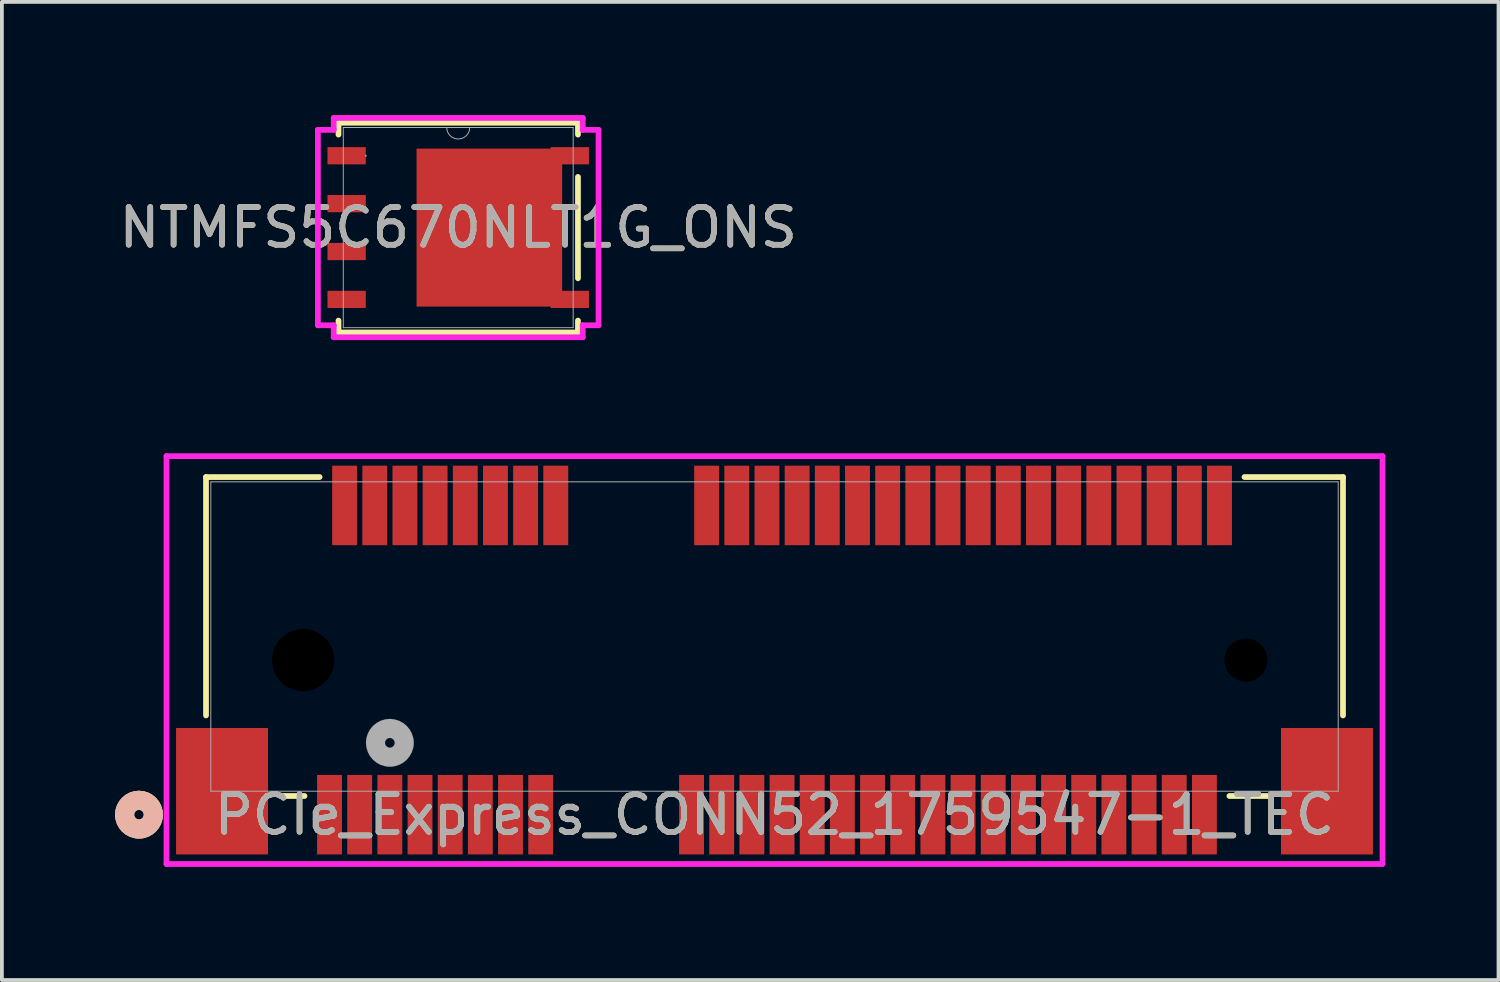
<source format=kicad_pcb>
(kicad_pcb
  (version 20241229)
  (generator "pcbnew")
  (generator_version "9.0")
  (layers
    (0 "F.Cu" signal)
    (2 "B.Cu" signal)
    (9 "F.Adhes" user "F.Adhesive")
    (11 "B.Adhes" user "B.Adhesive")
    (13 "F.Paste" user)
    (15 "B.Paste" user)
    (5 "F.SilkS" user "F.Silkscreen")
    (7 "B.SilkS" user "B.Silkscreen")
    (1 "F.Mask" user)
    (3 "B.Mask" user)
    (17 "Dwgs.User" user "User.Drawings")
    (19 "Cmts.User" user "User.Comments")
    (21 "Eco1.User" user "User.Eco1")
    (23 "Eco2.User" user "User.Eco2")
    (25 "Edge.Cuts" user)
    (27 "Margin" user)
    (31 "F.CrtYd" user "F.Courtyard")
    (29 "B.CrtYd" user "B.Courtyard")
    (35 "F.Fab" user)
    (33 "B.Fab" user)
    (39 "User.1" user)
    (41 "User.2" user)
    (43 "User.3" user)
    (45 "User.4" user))
  (footprint "NTMFS5C670NLT1G_ONS"
    (layer "F.Cu")
    (at 9.101 2.985)
    (property "Reference" "NTMFS5C670NLT1G_ONS" (at 0 0 0) (unlocked yes) (layer "F.SilkS") (effects (font (size 1 1) (thickness 0.15))))
    (attr smd)
    (fp_poly (pts (xy 2.756 -2.095) (xy -1.105 -2.095) (xy -1.105 2.095) (xy 2.756 2.095)) (stroke (width 0) (type solid)) (fill yes) (layer "F.Cu"))
    (fp_poly (pts (xy 2.756 -2.095) (xy -1.105 -2.095) (xy -1.105 2.095) (xy 2.756 2.095)) (stroke (width 0) (type solid)) (fill yes) (layer "F.Mask"))
    (fp_line (start -3.175 -2.781) (end -3.175 -2.466) (stroke (width 0.152) (type solid)) (layer "F.SilkS"))
    (fp_line (start -3.175 2.466) (end -3.175 2.781) (stroke (width 0.152) (type solid)) (layer "F.SilkS"))
    (fp_line (start -3.175 2.781) (end 3.175 2.781) (stroke (width 0.152) (type solid)) (layer "F.SilkS"))
    (fp_line (start 3.175 -2.781) (end -3.175 -2.781) (stroke (width 0.152) (type solid)) (layer "F.SilkS"))
    (fp_line (start 3.175 -2.466) (end 3.175 -2.781) (stroke (width 0.152) (type solid)) (layer "F.SilkS"))
    (fp_line (start 3.175 1.344) (end 3.175 -1.344) (stroke (width 0.152) (type solid)) (layer "F.SilkS"))
    (fp_line (start 3.175 2.781) (end 3.175 2.466) (stroke (width 0.152) (type solid)) (layer "F.SilkS"))
    (fp_poly (pts (xy 2.756 -2.095) (xy -1.105 -2.095) (xy -1.105 2.095) (xy 2.756 2.095)) (stroke (width 0) (type solid)) (fill yes) (layer "F.Paste"))
    (fp_line (start -3.721 -2.591) (end -3.302 -2.591) (stroke (width 0.152) (type solid)) (layer "F.CrtYd"))
    (fp_line (start -3.721 2.591) (end -3.721 -2.591) (stroke (width 0.152) (type solid)) (layer "F.CrtYd"))
    (fp_line (start -3.721 2.591) (end -3.302 2.591) (stroke (width 0.152) (type solid)) (layer "F.CrtYd"))
    (fp_line (start -3.302 -2.908) (end 3.302 -2.908) (stroke (width 0.152) (type solid)) (layer "F.CrtYd"))
    (fp_line (start -3.302 -2.591) (end -3.302 -2.908) (stroke (width 0.152) (type solid)) (layer "F.CrtYd"))
    (fp_line (start -3.302 2.908) (end -3.302 2.591) (stroke (width 0.152) (type solid)) (layer "F.CrtYd"))
    (fp_line (start 3.302 -2.908) (end 3.302 -2.591) (stroke (width 0.152) (type solid)) (layer "F.CrtYd"))
    (fp_line (start 3.302 2.591) (end 3.302 2.908) (stroke (width 0.152) (type solid)) (layer "F.CrtYd"))
    (fp_line (start 3.302 2.908) (end -3.302 2.908) (stroke (width 0.152) (type solid)) (layer "F.CrtYd"))
    (fp_line (start 3.721 -2.591) (end 3.302 -2.591) (stroke (width 0.152) (type solid)) (layer "F.CrtYd"))
    (fp_line (start 3.721 -2.591) (end 3.721 2.591) (stroke (width 0.152) (type solid)) (layer "F.CrtYd"))
    (fp_line (start 3.721 2.591) (end 3.302 2.591) (stroke (width 0.152) (type solid)) (layer "F.CrtYd"))
    (fp_line (start -3.048 -2.654) (end -3.048 2.654) (stroke (width 0.025) (type solid)) (layer "F.Fab"))
    (fp_line (start -3.048 2.654) (end 3.048 2.654) (stroke (width 0.025) (type solid)) (layer "F.Fab"))
    (fp_line (start 3.048 -2.654) (end -3.048 -2.654) (stroke (width 0.025) (type solid)) (layer "F.Fab"))
    (fp_line (start 3.048 2.654) (end 3.048 -2.654) (stroke (width 0.025) (type solid)) (layer "F.Fab"))
    (fp_arc (start 0.3048 -2.6543) (mid 0 -2.3495) (end -0.3048 -2.6543) (stroke (width 0.0254) (type solid)) (layer "F.Fab"))
    (fp_circle (center -2.451 -1.905) (end -2.451 -1.905) (stroke (width 0.025) (type solid)) (fill no) (layer "F.Fab"))
    (fp_text user "${REFERENCE}" (at 0 0 0) (unlocked yes) (layer "F.Fab") (effects (font (size 1 1) (thickness 0.15))))
    (pad "1" smd rect (at -2.959 -1.905) (size 1.016 0.457) (layers "F.Cu" "F.Mask" "F.Paste"))
    (pad "2" smd rect (at -2.959 -0.635) (size 1.016 0.457) (layers "F.Cu" "F.Mask" "F.Paste"))
    (pad "3" smd rect (at -2.959 0.635) (size 1.016 0.457) (layers "F.Cu" "F.Mask" "F.Paste"))
    (pad "4" smd rect (at -2.959 1.905) (size 1.016 0.457) (layers "F.Cu" "F.Mask" "F.Paste"))
    (pad "5" smd rect (at 2.959 1.905) (size 1.016 0.457) (layers "F.Cu" "F.Mask" "F.Paste"))
    (pad "6" smd rect (at 2.959 -1.905) (size 1.016 0.457) (layers "F.Cu" "F.Mask" "F.Paste")))
  (footprint "PCIe_Express_CONN52_1759547-1_TEC"
    (layer "F.Cu")
    (at 17.488 13.829)
    (property "Reference" "PCIe_Express_CONN52_1759547-1_TEC" (at 0 4.724 0) (unlocked yes) (layer "F.SilkS") (effects (font (size 1 1) (thickness 0.15))))
    (attr smd)
    (fp_line (start -15.075 -4.229) (end -15.075 2.093) (stroke (width 0.152) (type solid)) (layer "F.SilkS"))
    (fp_line (start -13.098 4.229) (end -12.463 4.229) (stroke (width 0.152) (type solid)) (layer "F.SilkS"))
    (fp_line (start -12.063 -4.229) (end -15.075 -4.229) (stroke (width 0.152) (type solid)) (layer "F.SilkS"))
    (fp_line (start 12.063 4.229) (end 13.098 4.229) (stroke (width 0.152) (type solid)) (layer "F.SilkS"))
    (fp_line (start 15.075 -4.229) (end 12.463 -4.229) (stroke (width 0.152) (type solid)) (layer "F.SilkS"))
    (fp_line (start 15.075 2.093) (end 15.075 -4.229) (stroke (width 0.152) (type solid)) (layer "F.SilkS"))
    (fp_circle (center -16.853 4.724) (end -16.472 4.724) (stroke (width 0.508) (type solid)) (fill no) (layer "F.SilkS"))
    (fp_circle (center -16.853 4.724) (end -16.472 4.724) (stroke (width 0.508) (type solid)) (fill no) (layer "B.SilkS"))
    (fp_line (start -16.123 -4.784) (end -16.123 6.032) (stroke (width 0.152) (type solid)) (layer "F.CrtYd"))
    (fp_line (start -16.123 6.032) (end 16.123 6.032) (stroke (width 0.152) (type solid)) (layer "F.CrtYd"))
    (fp_line (start 16.123 -4.784) (end -16.123 -4.784) (stroke (width 0.152) (type solid)) (layer "F.CrtYd"))
    (fp_line (start 16.123 6.032) (end 16.123 -4.784) (stroke (width 0.152) (type solid)) (layer "F.CrtYd"))
    (fp_line (start -14.948 -4.102) (end -14.948 4.102) (stroke (width 0.025) (type solid)) (layer "F.Fab"))
    (fp_line (start -14.948 4.102) (end 14.948 4.102) (stroke (width 0.025) (type solid)) (layer "F.Fab"))
    (fp_line (start 14.948 -4.102) (end -14.948 -4.102) (stroke (width 0.025) (type solid)) (layer "F.Fab"))
    (fp_line (start 14.948 4.102) (end 14.948 -4.102) (stroke (width 0.025) (type solid)) (layer "F.Fab"))
    (fp_circle (center -10.2 2.819) (end -9.819 2.819) (stroke (width 0.508) (type solid)) (fill no) (layer "F.Fab"))
    (fp_text user "${REFERENCE}" (at 0 4.724 0) (unlocked yes) (layer "F.Fab") (effects (font (size 1 1) (thickness 0.15))))
    (pad "" np_thru_hole circle (at -12.5 0.624) (size 1.651 1.651) (drill 1.651) (layers))
    (pad "" np_thru_hole circle (at 12.5 0.624) (size 1.143 1.143) (drill 1.143) (layers))
    (pad "1" smd rect (at -11.8 4.724) (size 0.66 2.108) (layers "F.Cu" "F.Mask" "F.Paste"))
    (pad "2" smd rect (at -11.4 -3.476) (size 0.66 2.108) (layers "F.Cu" "F.Mask" "F.Paste"))
    (pad "3" smd rect (at -11 4.724) (size 0.66 2.108) (layers "F.Cu" "F.Mask" "F.Paste"))
    (pad "4" smd rect (at -10.6 -3.476) (size 0.66 2.108) (layers "F.Cu" "F.Mask" "F.Paste"))
    (pad "5" smd rect (at -10.2 4.724) (size 0.66 2.108) (layers "F.Cu" "F.Mask" "F.Paste"))
    (pad "6" smd rect (at -9.8 -3.476) (size 0.66 2.108) (layers "F.Cu" "F.Mask" "F.Paste"))
    (pad "7" smd rect (at -9.4 4.724) (size 0.66 2.108) (layers "F.Cu" "F.Mask" "F.Paste"))
    (pad "8" smd rect (at -9 -3.476) (size 0.66 2.108) (layers "F.Cu" "F.Mask" "F.Paste"))
    (pad "9" smd rect (at -8.6 4.724) (size 0.66 2.108) (layers "F.Cu" "F.Mask" "F.Paste"))
    (pad "10" smd rect (at -8.2 -3.476) (size 0.66 2.108) (layers "F.Cu" "F.Mask" "F.Paste"))
    (pad "11" smd rect (at -7.8 4.724) (size 0.66 2.108) (layers "F.Cu" "F.Mask" "F.Paste"))
    (pad "12" smd rect (at -7.4 -3.476) (size 0.66 2.108) (layers "F.Cu" "F.Mask" "F.Paste"))
    (pad "13" smd rect (at -7 4.724) (size 0.66 2.108) (layers "F.Cu" "F.Mask" "F.Paste"))
    (pad "14" smd rect (at -6.6 -3.476) (size 0.66 2.108) (layers "F.Cu" "F.Mask" "F.Paste"))
    (pad "15" smd rect (at -6.2 4.724) (size 0.66 2.108) (layers "F.Cu" "F.Mask" "F.Paste"))
    (pad "16" smd rect (at -5.8 -3.476) (size 0.66 2.108) (layers "F.Cu" "F.Mask" "F.Paste"))
    (pad "17" smd rect (at -2.2 4.724) (size 0.66 2.108) (layers "F.Cu" "F.Mask" "F.Paste"))
    (pad "18" smd rect (at -1.8 -3.476) (size 0.66 2.108) (layers "F.Cu" "F.Mask" "F.Paste"))
    (pad "19" smd rect (at -1.4 4.724) (size 0.66 2.108) (layers "F.Cu" "F.Mask" "F.Paste"))
    (pad "20" smd rect (at -1 -3.476) (size 0.66 2.108) (layers "F.Cu" "F.Mask" "F.Paste"))
    (pad "21" smd rect (at -0.6 4.724) (size 0.66 2.108) (layers "F.Cu" "F.Mask" "F.Paste"))
    (pad "22" smd rect (at -0.2 -3.476) (size 0.66 2.108) (layers "F.Cu" "F.Mask" "F.Paste"))
    (pad "23" smd rect (at 0.2 4.724) (size 0.66 2.108) (layers "F.Cu" "F.Mask" "F.Paste"))
    (pad "24" smd rect (at 0.6 -3.476) (size 0.66 2.108) (layers "F.Cu" "F.Mask" "F.Paste"))
    (pad "25" smd rect (at 1 4.724) (size 0.66 2.108) (layers "F.Cu" "F.Mask" "F.Paste"))
    (pad "26" smd rect (at 1.4 -3.476) (size 0.66 2.108) (layers "F.Cu" "F.Mask" "F.Paste"))
    (pad "27" smd rect (at 1.8 4.724) (size 0.66 2.108) (layers "F.Cu" "F.Mask" "F.Paste"))
    (pad "28" smd rect (at 2.2 -3.476) (size 0.66 2.108) (layers "F.Cu" "F.Mask" "F.Paste"))
    (pad "29" smd rect (at 2.6 4.724) (size 0.66 2.108) (layers "F.Cu" "F.Mask" "F.Paste"))
    (pad "30" smd rect (at 3 -3.476) (size 0.66 2.108) (layers "F.Cu" "F.Mask" "F.Paste"))
    (pad "31" smd rect (at 3.4 4.724) (size 0.66 2.108) (layers "F.Cu" "F.Mask" "F.Paste"))
    (pad "32" smd rect (at 3.8 -3.476) (size 0.66 2.108) (layers "F.Cu" "F.Mask" "F.Paste"))
    (pad "33" smd rect (at 4.2 4.724) (size 0.66 2.108) (layers "F.Cu" "F.Mask" "F.Paste"))
    (pad "34" smd rect (at 4.6 -3.476) (size 0.66 2.108) (layers "F.Cu" "F.Mask" "F.Paste"))
    (pad "35" smd rect (at 5 4.724) (size 0.66 2.108) (layers "F.Cu" "F.Mask" "F.Paste"))
    (pad "36" smd rect (at 5.4 -3.476) (size 0.66 2.108) (layers "F.Cu" "F.Mask" "F.Paste"))
    (pad "37" smd rect (at 5.8 4.724) (size 0.66 2.108) (layers "F.Cu" "F.Mask" "F.Paste"))
    (pad "38" smd rect (at 6.2 -3.476) (size 0.66 2.108) (layers "F.Cu" "F.Mask" "F.Paste"))
    (pad "39" smd rect (at 6.6 4.724) (size 0.66 2.108) (layers "F.Cu" "F.Mask" "F.Paste"))
    (pad "40" smd rect (at 7 -3.476) (size 0.66 2.108) (layers "F.Cu" "F.Mask" "F.Paste"))
    (pad "41" smd rect (at 7.4 4.724) (size 0.66 2.108) (layers "F.Cu" "F.Mask" "F.Paste"))
    (pad "42" smd rect (at 7.8 -3.476) (size 0.66 2.108) (layers "F.Cu" "F.Mask" "F.Paste"))
    (pad "43" smd rect (at 8.2 4.724) (size 0.66 2.108) (layers "F.Cu" "F.Mask" "F.Paste"))
    (pad "44" smd rect (at 8.6 -3.476) (size 0.66 2.108) (layers "F.Cu" "F.Mask" "F.Paste"))
    (pad "45" smd rect (at 9 4.724) (size 0.66 2.108) (layers "F.Cu" "F.Mask" "F.Paste"))
    (pad "46" smd rect (at 9.4 -3.476) (size 0.66 2.108) (layers "F.Cu" "F.Mask" "F.Paste"))
    (pad "47" smd rect (at 9.8 4.724) (size 0.66 2.108) (layers "F.Cu" "F.Mask" "F.Paste"))
    (pad "48" smd rect (at 10.2 -3.476) (size 0.66 2.108) (layers "F.Cu" "F.Mask" "F.Paste"))
    (pad "49" smd rect (at 10.6 4.724) (size 0.66 2.108) (layers "F.Cu" "F.Mask" "F.Paste"))
    (pad "50" smd rect (at 11 -3.476) (size 0.66 2.108) (layers "F.Cu" "F.Mask" "F.Paste"))
    (pad "51" smd rect (at 11.4 4.724) (size 0.66 2.108) (layers "F.Cu" "F.Mask" "F.Paste"))
    (pad "52" smd rect (at 11.8 -3.476) (size 0.66 2.108) (layers "F.Cu" "F.Mask" "F.Paste"))
    (pad "53" smd rect (at -14.65 4.102) (size 2.438 3.353) (layers "F.Cu" "F.Mask" "F.Paste"))
    (pad "54" smd rect (at 14.65 4.102) (size 2.438 3.353) (layers "F.Cu" "F.Mask" "F.Paste")))
  (gr_rect
    (start -3 -3)
    (end 36.687 22.938)
    (stroke (width 0.1) (type default))
    (fill no)
    (layer "Edge.Cuts")))
</source>
